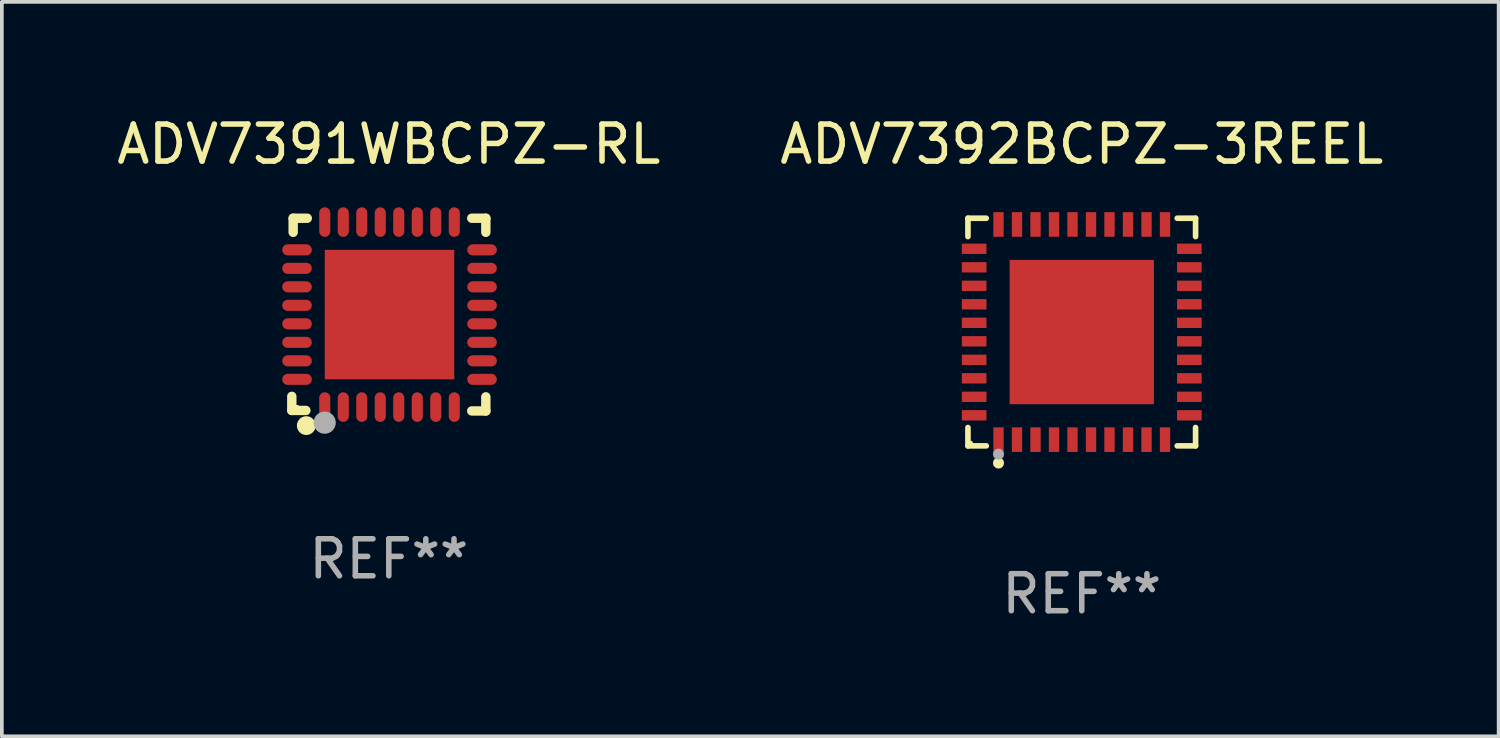
<source format=kicad_pcb>
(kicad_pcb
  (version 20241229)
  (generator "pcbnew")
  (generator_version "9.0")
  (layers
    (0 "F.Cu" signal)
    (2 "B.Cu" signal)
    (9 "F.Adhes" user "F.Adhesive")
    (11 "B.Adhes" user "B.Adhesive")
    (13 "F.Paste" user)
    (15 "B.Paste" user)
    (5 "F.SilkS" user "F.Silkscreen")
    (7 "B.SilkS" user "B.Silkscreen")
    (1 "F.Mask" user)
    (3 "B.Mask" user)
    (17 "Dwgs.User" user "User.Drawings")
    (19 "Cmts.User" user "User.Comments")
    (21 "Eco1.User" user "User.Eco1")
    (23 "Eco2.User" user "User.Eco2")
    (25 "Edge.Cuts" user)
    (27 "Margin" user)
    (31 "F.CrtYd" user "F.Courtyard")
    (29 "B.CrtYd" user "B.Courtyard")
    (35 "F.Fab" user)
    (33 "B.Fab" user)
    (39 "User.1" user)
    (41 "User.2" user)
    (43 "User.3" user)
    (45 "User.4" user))
  (footprint "ADV7392BCPZ-3REEL"
    (layer "F.Cu")
    (at 26.185 5.924)
    (property "Reference" "ADV7392BCPZ-3REEL" (at 0 -5.076 0) (layer "F.SilkS") (effects (font (size 1 1) (thickness 0.15))))
    (attr through_hole)
    (fp_line (start -3.076 -3.076) (end -2.58 -3.076) (stroke (width 0.152) (type solid)) (layer "F.SilkS"))
    (fp_line (start -3.076 -2.58) (end -3.076 -3.076) (stroke (width 0.152) (type solid)) (layer "F.SilkS"))
    (fp_line (start -3.076 2.58) (end -3.076 3.076) (stroke (width 0.152) (type solid)) (layer "F.SilkS"))
    (fp_line (start -3.076 3.076) (end -2.58 3.076) (stroke (width 0.152) (type solid)) (layer "F.SilkS"))
    (fp_line (start 3.076 -3.076) (end 2.58 -3.076) (stroke (width 0.152) (type solid)) (layer "F.SilkS"))
    (fp_line (start 3.076 -2.58) (end 3.076 -3.076) (stroke (width 0.152) (type solid)) (layer "F.SilkS"))
    (fp_line (start 3.076 2.58) (end 3.076 3.076) (stroke (width 0.152) (type solid)) (layer "F.SilkS"))
    (fp_line (start 3.076 3.076) (end 2.58 3.076) (stroke (width 0.152) (type solid)) (layer "F.SilkS"))
    (fp_circle (center -3 3) (end -2.97 3) (stroke (width 0.06) (type solid)) (fill no) (layer "F.SilkS"))
    (fp_circle (center -2.25 3.54) (end -2.175 3.54) (stroke (width 0.15) (type solid)) (fill no) (layer "F.SilkS"))
    (fp_circle (center -2.25 3.3) (end -2.175 3.3) (stroke (width 0.15) (type solid)) (fill no) (layer "F.Fab"))
    (fp_text user "REF**" (at 0 7.076 0) (layer "F.Fab") (effects (font (size 1 1) (thickness 0.15))))
    (pad "1" smd rect (at -2.25 2.908) (size 0.28 0.665) (layers "F.Cu" "F.Mask" "F.Paste"))
    (pad "2" smd rect (at -1.75 2.908) (size 0.28 0.665) (layers "F.Cu" "F.Mask" "F.Paste"))
    (pad "3" smd rect (at -1.25 2.908) (size 0.28 0.665) (layers "F.Cu" "F.Mask" "F.Paste"))
    (pad "4" smd rect (at -0.75 2.908) (size 0.28 0.665) (layers "F.Cu" "F.Mask" "F.Paste"))
    (pad "5" smd rect (at -0.25 2.908) (size 0.28 0.665) (layers "F.Cu" "F.Mask" "F.Paste"))
    (pad "6" smd rect (at 0.25 2.908) (size 0.28 0.665) (layers "F.Cu" "F.Mask" "F.Paste"))
    (pad "7" smd rect (at 0.75 2.908) (size 0.28 0.665) (layers "F.Cu" "F.Mask" "F.Paste"))
    (pad "8" smd rect (at 1.25 2.908) (size 0.28 0.665) (layers "F.Cu" "F.Mask" "F.Paste"))
    (pad "9" smd rect (at 1.75 2.908) (size 0.28 0.665) (layers "F.Cu" "F.Mask" "F.Paste"))
    (pad "10" smd rect (at 2.25 2.908) (size 0.28 0.665) (layers "F.Cu" "F.Mask" "F.Paste"))
    (pad "11" smd rect (at 2.908 2.25) (size 0.665 0.28) (layers "F.Cu" "F.Mask" "F.Paste"))
    (pad "12" smd rect (at 2.908 1.75) (size 0.665 0.28) (layers "F.Cu" "F.Mask" "F.Paste"))
    (pad "13" smd rect (at 2.908 1.25) (size 0.665 0.28) (layers "F.Cu" "F.Mask" "F.Paste"))
    (pad "14" smd rect (at 2.908 0.75) (size 0.665 0.28) (layers "F.Cu" "F.Mask" "F.Paste"))
    (pad "15" smd rect (at 2.908 0.25) (size 0.665 0.28) (layers "F.Cu" "F.Mask" "F.Paste"))
    (pad "16" smd rect (at 2.908 -0.25) (size 0.665 0.28) (layers "F.Cu" "F.Mask" "F.Paste"))
    (pad "17" smd rect (at 2.908 -0.75) (size 0.665 0.28) (layers "F.Cu" "F.Mask" "F.Paste"))
    (pad "18" smd rect (at 2.908 -1.25) (size 0.665 0.28) (layers "F.Cu" "F.Mask" "F.Paste"))
    (pad "19" smd rect (at 2.908 -1.75) (size 0.665 0.28) (layers "F.Cu" "F.Mask" "F.Paste"))
    (pad "20" smd rect (at 2.908 -2.25) (size 0.665 0.28) (layers "F.Cu" "F.Mask" "F.Paste"))
    (pad "21" smd rect (at 2.25 -2.908) (size 0.28 0.665) (layers "F.Cu" "F.Mask" "F.Paste"))
    (pad "22" smd rect (at 1.75 -2.908) (size 0.28 0.665) (layers "F.Cu" "F.Mask" "F.Paste"))
    (pad "23" smd rect (at 1.25 -2.908) (size 0.28 0.665) (layers "F.Cu" "F.Mask" "F.Paste"))
    (pad "24" smd rect (at 0.75 -2.908) (size 0.28 0.665) (layers "F.Cu" "F.Mask" "F.Paste"))
    (pad "25" smd rect (at 0.25 -2.908) (size 0.28 0.665) (layers "F.Cu" "F.Mask" "F.Paste"))
    (pad "26" smd rect (at -0.25 -2.908) (size 0.28 0.665) (layers "F.Cu" "F.Mask" "F.Paste"))
    (pad "27" smd rect (at -0.75 -2.908) (size 0.28 0.665) (layers "F.Cu" "F.Mask" "F.Paste"))
    (pad "28" smd rect (at -1.25 -2.908) (size 0.28 0.665) (layers "F.Cu" "F.Mask" "F.Paste"))
    (pad "29" smd rect (at -1.75 -2.908) (size 0.28 0.665) (layers "F.Cu" "F.Mask" "F.Paste"))
    (pad "30" smd rect (at -2.25 -2.908) (size 0.28 0.665) (layers "F.Cu" "F.Mask" "F.Paste"))
    (pad "31" smd rect (at -2.908 -2.25) (size 0.665 0.28) (layers "F.Cu" "F.Mask" "F.Paste"))
    (pad "32" smd rect (at -2.908 -1.75) (size 0.665 0.28) (layers "F.Cu" "F.Mask" "F.Paste"))
    (pad "33" smd rect (at -2.908 -1.25) (size 0.665 0.28) (layers "F.Cu" "F.Mask" "F.Paste"))
    (pad "34" smd rect (at -2.908 -0.75) (size 0.665 0.28) (layers "F.Cu" "F.Mask" "F.Paste"))
    (pad "35" smd rect (at -2.908 -0.25) (size 0.665 0.28) (layers "F.Cu" "F.Mask" "F.Paste"))
    (pad "36" smd rect (at -2.908 0.25) (size 0.665 0.28) (layers "F.Cu" "F.Mask" "F.Paste"))
    (pad "37" smd rect (at -2.908 0.75) (size 0.665 0.28) (layers "F.Cu" "F.Mask" "F.Paste"))
    (pad "38" smd rect (at -2.908 1.25) (size 0.665 0.28) (layers "F.Cu" "F.Mask" "F.Paste"))
    (pad "39" smd rect (at -2.908 1.75) (size 0.665 0.28) (layers "F.Cu" "F.Mask" "F.Paste"))
    (pad "40" smd rect (at -2.908 2.25) (size 0.665 0.28) (layers "F.Cu" "F.Mask" "F.Paste"))
    (pad "41" smd rect (at 0 0) (size 3.9 3.9) (layers "F.Cu" "F.Mask" "F.Paste")))
  (footprint "ADV7391WBCPZ-RL"
    (layer "F.Cu")
    (at 7.458 5.452)
    (property "Reference" "ADV7391WBCPZ-RL" (at 0 -4.604 0) (layer "F.SilkS") (effects (font (size 1 1) (thickness 0.15))))
    (attr through_hole)
    (fp_line (start -2.622 2.21) (end -2.622 2.591) (stroke (width 0.254) (type solid)) (layer "F.SilkS"))
    (fp_line (start -2.622 2.591) (end -2.241 2.591) (stroke (width 0.254) (type solid)) (layer "F.SilkS"))
    (fp_line (start -2.585 -2.604) (end -2.585 -2.223) (stroke (width 0.254) (type solid)) (layer "F.SilkS"))
    (fp_line (start -2.204 -2.604) (end -2.585 -2.604) (stroke (width 0.254) (type solid)) (layer "F.SilkS"))
    (fp_line (start 2.241 2.604) (end 2.622 2.604) (stroke (width 0.254) (type solid)) (layer "F.SilkS"))
    (fp_line (start 2.622 -2.604) (end 2.241 -2.604) (stroke (width 0.254) (type solid)) (layer "F.SilkS"))
    (fp_line (start 2.622 -2.223) (end 2.622 -2.604) (stroke (width 0.254) (type solid)) (layer "F.SilkS"))
    (fp_line (start 2.622 2.604) (end 2.622 2.223) (stroke (width 0.254) (type solid)) (layer "F.SilkS"))
    (fp_circle (center -2.481 2.5) (end -2.451 2.5) (stroke (width 0.06) (type solid)) (fill no) (layer "F.SilkS"))
    (fp_circle (center -2.231 3) (end -2.104 3) (stroke (width 0.254) (type solid)) (fill no) (layer "F.SilkS"))
    (fp_circle (center -1.733 2.921) (end -1.583 2.921) (stroke (width 0.3) (type solid)) (fill no) (layer "F.Fab"))
    (fp_text user "REF**" (at 0 6.604 0) (layer "F.Fab") (effects (font (size 1 1) (thickness 0.15))))
    (pad "1" smd oval (at -1.731 2.5 90) (size 0.8 0.3) (layers "F.Cu" "F.Mask" "F.Paste"))
    (pad "2" smd oval (at -1.231 2.5 90) (size 0.8 0.3) (layers "F.Cu" "F.Mask" "F.Paste"))
    (pad "3" smd oval (at -0.731 2.5 90) (size 0.8 0.3) (layers "F.Cu" "F.Mask" "F.Paste"))
    (pad "4" smd oval (at -0.231 2.5 90) (size 0.8 0.3) (layers "F.Cu" "F.Mask" "F.Paste"))
    (pad "5" smd oval (at 0.269 2.5 90) (size 0.8 0.3) (layers "F.Cu" "F.Mask" "F.Paste"))
    (pad "6" smd oval (at 0.769 2.5 90) (size 0.8 0.3) (layers "F.Cu" "F.Mask" "F.Paste"))
    (pad "7" smd oval (at 1.269 2.5 90) (size 0.8 0.3) (layers "F.Cu" "F.Mask" "F.Paste"))
    (pad "8" smd oval (at 1.769 2.5 90) (size 0.8 0.3) (layers "F.Cu" "F.Mask" "F.Paste"))
    (pad "9" smd oval (at 2.519 1.75 180) (size 0.8 0.3) (layers "F.Cu" "F.Mask" "F.Paste"))
    (pad "10" smd oval (at 2.519 1.25 180) (size 0.8 0.3) (layers "F.Cu" "F.Mask" "F.Paste"))
    (pad "11" smd oval (at 2.519 0.75 180) (size 0.8 0.3) (layers "F.Cu" "F.Mask" "F.Paste"))
    (pad "12" smd oval (at 2.519 0.25 180) (size 0.8 0.3) (layers "F.Cu" "F.Mask" "F.Paste"))
    (pad "13" smd oval (at 2.519 -0.25 180) (size 0.8 0.3) (layers "F.Cu" "F.Mask" "F.Paste"))
    (pad "14" smd oval (at 2.519 -0.75 180) (size 0.8 0.3) (layers "F.Cu" "F.Mask" "F.Paste"))
    (pad "15" smd oval (at 2.519 -1.25 180) (size 0.8 0.3) (layers "F.Cu" "F.Mask" "F.Paste"))
    (pad "16" smd oval (at 2.519 -1.75 180) (size 0.8 0.3) (layers "F.Cu" "F.Mask" "F.Paste"))
    (pad "17" smd oval (at 1.769 -2.5 270) (size 0.8 0.3) (layers "F.Cu" "F.Mask" "F.Paste"))
    (pad "18" smd oval (at 1.269 -2.5 270) (size 0.8 0.3) (layers "F.Cu" "F.Mask" "F.Paste"))
    (pad "19" smd oval (at 0.769 -2.5 270) (size 0.8 0.3) (layers "F.Cu" "F.Mask" "F.Paste"))
    (pad "20" smd oval (at 0.269 -2.5 270) (size 0.8 0.3) (layers "F.Cu" "F.Mask" "F.Paste"))
    (pad "21" smd oval (at -0.231 -2.5 270) (size 0.8 0.3) (layers "F.Cu" "F.Mask" "F.Paste"))
    (pad "22" smd oval (at -0.731 -2.5 270) (size 0.8 0.3) (layers "F.Cu" "F.Mask" "F.Paste"))
    (pad "23" smd oval (at -1.231 -2.5 270) (size 0.8 0.3) (layers "F.Cu" "F.Mask" "F.Paste"))
    (pad "24" smd oval (at -1.731 -2.5 270) (size 0.8 0.3) (layers "F.Cu" "F.Mask" "F.Paste"))
    (pad "25" smd oval (at -2.481 -1.75) (size 0.8 0.3) (layers "F.Cu" "F.Mask" "F.Paste"))
    (pad "26" smd oval (at -2.481 -1.25) (size 0.8 0.3) (layers "F.Cu" "F.Mask" "F.Paste"))
    (pad "27" smd oval (at -2.481 -0.75) (size 0.8 0.3) (layers "F.Cu" "F.Mask" "F.Paste"))
    (pad "28" smd oval (at -2.481 -0.25) (size 0.8 0.3) (layers "F.Cu" "F.Mask" "F.Paste"))
    (pad "29" smd oval (at -2.481 0.25) (size 0.8 0.3) (layers "F.Cu" "F.Mask" "F.Paste"))
    (pad "30" smd oval (at -2.481 0.75) (size 0.8 0.3) (layers "F.Cu" "F.Mask" "F.Paste"))
    (pad "31" smd oval (at -2.481 1.25) (size 0.8 0.3) (layers "F.Cu" "F.Mask" "F.Paste"))
    (pad "32" smd oval (at -2.481 1.75) (size 0.8 0.3) (layers "F.Cu" "F.Mask" "F.Paste"))
    (pad "33" smd rect (at 0.019 -0.000025 90) (size 3.5 3.5) (layers "F.Cu" "F.Mask" "F.Paste")))
  (gr_rect
    (start -3 -3)
    (end 37.452 16.849)
    (stroke (width 0.1) (type default))
    (fill no)
    (layer "Edge.Cuts")))
</source>
